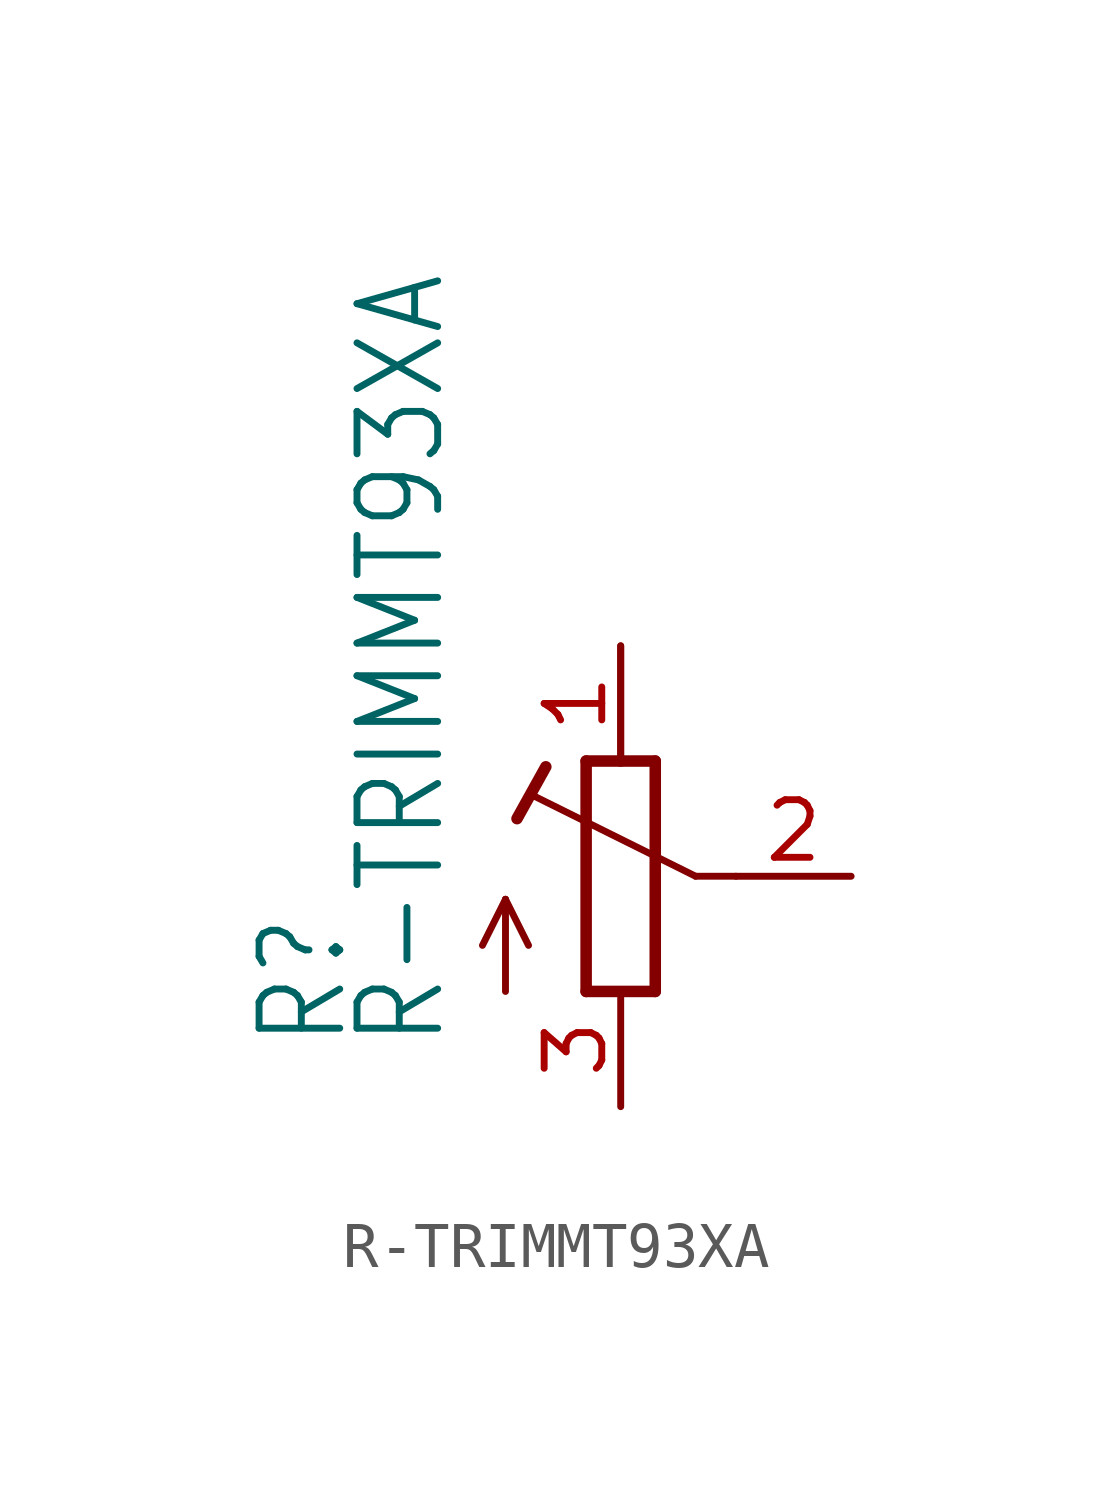
<source format=kicad_sym>
(kicad_symbol_lib
  (version 20220331)
  (generator kicad_symbol_editor)
  (symbol "R-TRIMMT93XA"
    (property "Reference" "R"
      (at -5.969 -3.81 90)
      (effects (font (size 1.778 1.511)) (justify left bottom)))
    (property "Value" "R-TRIMMT93XA"
      (at -3.81 -3.81 90)
      (effects (font (size 1.778 1.511)) (justify left bottom)))
    (property "ki_locked" ""
      (at 0 0 0)
      (effects (font (size 1.27 1.27))))
    (symbol "R-TRIMMT93XA_1_0"
      (polyline (pts (xy -2.54 -2.54) (xy -2.54 -0.508)) (stroke (width 0.152) (type solid)) (fill (type none)))
      (polyline (pts (xy -2.54 -0.508) (xy -3.048 -1.524)) (stroke (width 0.152) (type solid)) (fill (type none)))
      (polyline (pts (xy -2.54 -0.508) (xy -2.032 -1.524)) (stroke (width 0.152) (type solid)) (fill (type none)))
      (polyline (pts (xy -2.286 1.27) (xy -1.651 2.413)) (stroke (width 0.254) (type solid)) (fill (type none)))
      (polyline (pts (xy -0.762 -2.54) (xy 0.762 -2.54)) (stroke (width 0.254) (type solid)) (fill (type none)))
      (polyline (pts (xy -0.762 2.54) (xy -0.762 -2.54)) (stroke (width 0.254) (type solid)) (fill (type none)))
      (polyline (pts (xy 0 2.54) (xy -0.762 2.54)) (stroke (width 0.254) (type solid)) (fill (type none)))
      (polyline (pts (xy 0 2.54) (xy 0 5.08)) (stroke (width 0.152) (type solid)) (fill (type none)))
      (polyline (pts (xy 0.762 -2.54) (xy 0.762 2.54)) (stroke (width 0.254) (type solid)) (fill (type none)))
      (polyline (pts (xy 0.762 2.54) (xy 0 2.54)) (stroke (width 0.254) (type solid)) (fill (type none)))
      (polyline (pts (xy 1.651 0) (xy -1.88 1.753)) (stroke (width 0.152) (type solid)) (fill (type none)))
      (polyline (pts (xy 2.54 0) (xy 1.651 0)) (stroke (width 0.152) (type solid)) (fill (type none)))
      (pin passive line (at 0 5.08 270) (length 2.54) (name "A" (effects (font (size 0 0)))) (number "1" (effects (font (size 1.27 1.27)))))
      (pin passive line (at 5.08 0 180) (length 2.54) (name "S" (effects (font (size 0 0)))) (number "2" (effects (font (size 1.27 1.27)))))
      (pin passive line (at 0 -5.08 90) (length 2.54) (name "E" (effects (font (size 0 0)))) (number "3" (effects (font (size 1.27 1.27))))))))
</source>
